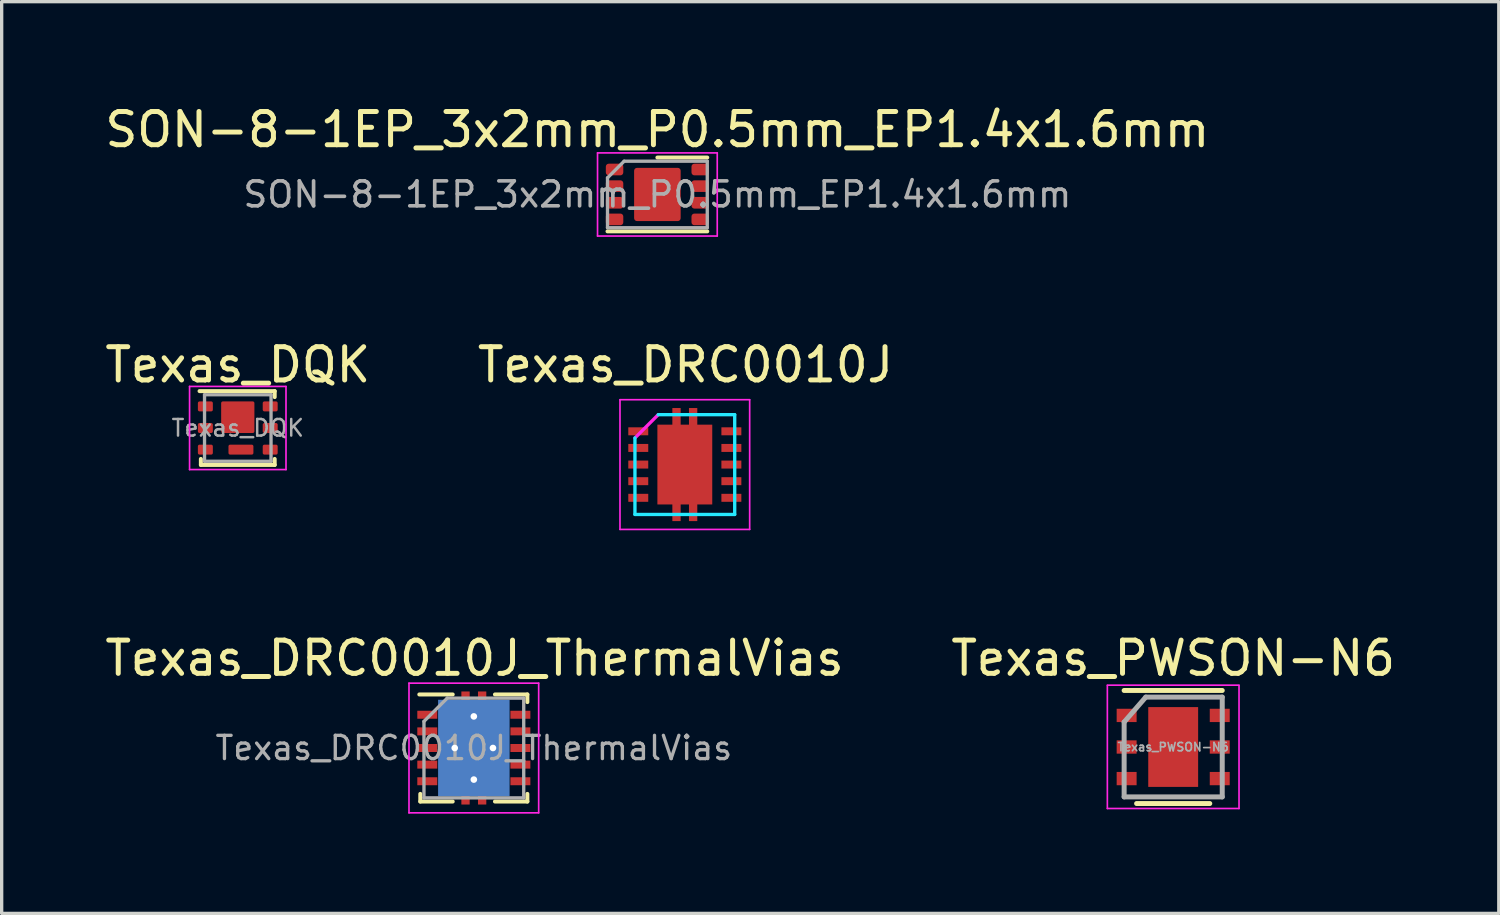
<source format=kicad_pcb>
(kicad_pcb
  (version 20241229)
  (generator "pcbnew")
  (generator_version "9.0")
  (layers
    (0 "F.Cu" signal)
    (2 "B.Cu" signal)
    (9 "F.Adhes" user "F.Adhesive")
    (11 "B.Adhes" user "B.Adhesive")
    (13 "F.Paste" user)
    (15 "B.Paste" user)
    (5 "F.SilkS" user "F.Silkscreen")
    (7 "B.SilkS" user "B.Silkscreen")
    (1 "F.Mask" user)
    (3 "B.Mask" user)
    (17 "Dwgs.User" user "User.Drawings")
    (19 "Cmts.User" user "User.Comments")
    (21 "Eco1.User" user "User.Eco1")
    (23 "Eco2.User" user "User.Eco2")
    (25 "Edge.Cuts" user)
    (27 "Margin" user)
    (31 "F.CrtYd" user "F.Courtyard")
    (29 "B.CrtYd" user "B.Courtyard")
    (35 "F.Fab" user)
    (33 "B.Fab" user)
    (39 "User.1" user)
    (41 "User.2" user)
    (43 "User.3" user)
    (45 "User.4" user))
  (footprint "Texas_DRC0010J_ThermalVias"
    (layer "F.Cu")
    (at 11.2 19.445)
    (property "Reference" "Texas_DRC0010J_ThermalVias" (at 0.02 -2.7 0) (layer "F.SilkS") (effects (font (size 1 1) (thickness 0.15))))
    (attr smd)
    (fp_line (start -1.64 -1.61) (end -0.635 -1.61) (stroke (width 0.12) (type solid)) (layer "F.SilkS"))
    (fp_line (start -1.61 1.38) (end -1.61 1.61) (stroke (width 0.12) (type solid)) (layer "F.SilkS"))
    (fp_line (start -1.61 1.61) (end -0.635 1.61) (stroke (width 0.12) (type solid)) (layer "F.SilkS"))
    (fp_line (start 0.635 -1.61) (end 1.61 -1.61) (stroke (width 0.12) (type solid)) (layer "F.SilkS"))
    (fp_line (start 0.635 1.61) (end 1.61 1.61) (stroke (width 0.12) (type solid)) (layer "F.SilkS"))
    (fp_line (start 1.61 -1.61) (end 1.61 -1.38) (stroke (width 0.12) (type solid)) (layer "F.SilkS"))
    (fp_line (start 1.61 1.38) (end 1.61 1.61) (stroke (width 0.12) (type solid)) (layer "F.SilkS"))
    (fp_line (start -1.95 -1.95) (end -1.95 1.95) (stroke (width 0.05) (type solid)) (layer "F.CrtYd"))
    (fp_line (start -1.95 -1.95) (end 1.95 -1.95) (stroke (width 0.05) (type solid)) (layer "F.CrtYd"))
    (fp_line (start -1.95 1.95) (end 1.95 1.95) (stroke (width 0.05) (type solid)) (layer "F.CrtYd"))
    (fp_line (start 1.95 -1.95) (end 1.95 1.95) (stroke (width 0.05) (type solid)) (layer "F.CrtYd"))
    (fp_line (start -1.5 -0.8) (end -1.5 1.5) (stroke (width 0.1) (type solid)) (layer "F.Fab"))
    (fp_line (start -1.5 -0.8) (end -0.8 -1.5) (stroke (width 0.1) (type solid)) (layer "F.Fab"))
    (fp_line (start -1.5 1.5) (end 1.5 1.5) (stroke (width 0.1) (type solid)) (layer "F.Fab"))
    (fp_line (start -0.8 -1.5) (end 1.5 -1.5) (stroke (width 0.1) (type solid)) (layer "F.Fab"))
    (fp_line (start 1.5 -1.5) (end 1.5 1.5) (stroke (width 0.1) (type solid)) (layer "F.Fab"))
    (fp_text user "${REFERENCE}" (at 0 0 0) (layer "F.Fab") (effects (font (size 0.7 0.7) (thickness 0.1))))
    (pad "" smd roundrect (at -0.25 -1.53) (size 0.25 0.34) (layers "F.Paste") (roundrect_rratio 0.1))
    (pad "" smd roundrect (at -0.25 1.53) (size 0.25 0.34) (layers "F.Paste") (roundrect_rratio 0.1))
    (pad "" smd roundrect (at 0 -0.63) (size 1.5 1.06) (layers "F.Paste") (roundrect_rratio 0.1))
    (pad "" smd roundrect (at 0 0.63) (size 1.5 1.06) (layers "F.Paste") (roundrect_rratio 0.1))
    (pad "" smd roundrect (at 0.25 -1.53) (size 0.25 0.34) (layers "F.Paste") (roundrect_rratio 0.1))
    (pad "" smd roundrect (at 0.25 1.53) (size 0.25 0.34) (layers "F.Paste") (roundrect_rratio 0.1))
    (pad "1" smd rect (at -1.4 -1) (size 0.6 0.24) (layers "F.Cu" "F.Mask" "F.Paste"))
    (pad "2" smd rect (at -1.4 -0.5) (size 0.6 0.24) (layers "F.Cu" "F.Mask" "F.Paste"))
    (pad "3" smd rect (at -1.4 0) (size 0.6 0.24) (layers "F.Cu" "F.Mask" "F.Paste"))
    (pad "4" smd rect (at -1.4 0.5) (size 0.6 0.24) (layers "F.Cu" "F.Mask" "F.Paste"))
    (pad "5" smd rect (at -1.4 1) (size 0.6 0.24) (layers "F.Cu" "F.Mask" "F.Paste"))
    (pad "6" smd rect (at 1.4 1) (size 0.6 0.24) (layers "F.Cu" "F.Mask" "F.Paste"))
    (pad "7" smd rect (at 1.4 0.5) (size 0.6 0.24) (layers "F.Cu" "F.Mask" "F.Paste"))
    (pad "8" smd rect (at 1.4 0) (size 0.6 0.24) (layers "F.Cu" "F.Mask" "F.Paste"))
    (pad "9" smd rect (at 1.4 -0.5) (size 0.6 0.24) (layers "F.Cu" "F.Mask" "F.Paste"))
    (pad "10" smd rect (at 1.4 -1) (size 0.6 0.24) (layers "F.Cu" "F.Mask" "F.Paste"))
    (pad "11" thru_hole circle (at -0.575 0) (size 0.5 0.5) (drill 0.2) (layers "*.Cu"))
    (pad "11" thru_hole circle (at 0 -0.95) (size 0.5 0.5) (drill 0.2) (layers "*.Cu"))
    (pad "11" smd custom (at 0 0) (size 1.65 2.4) (layers "F.Cu" "F.Mask") (options (anchor rect)) (primitives (gr_poly (pts (xy -0.375 -1.1) (xy -0.375 -1.7) (xy -0.125 -1.7) (xy -0.125 -1.1) (xy 0.125 -1.1) (xy 0.125 -1.7) (xy 0.375 -1.7) (xy 0.375 1.7) (xy 0.125 1.7) (xy 0.125 1.1) (xy -0.125 1.1) (xy -0.125 1.7) (xy -0.375 1.7)) (width 0) (fill yes))))
    (pad "11" smd rect (at 0 0) (size 2.15 2.9) (layers "B.Cu"))
    (pad "11" thru_hole circle (at 0 0.95) (size 0.5 0.5) (drill 0.2) (layers "*.Cu"))
    (pad "11" thru_hole circle (at 0.575 0) (size 0.5 0.5) (drill 0.2) (layers "*.Cu")))
  (footprint "SON-8-1EP_3x2mm_P0.5mm_EP1.4x1.6mm"
    (layer "F.Cu")
    (at 16.72 2.798)
    (property "Reference" "SON-8-1EP_3x2mm_P0.5mm_EP1.4x1.6mm" (at 0 -1.95 0) (layer "F.SilkS") (effects (font (size 1 1) (thickness 0.15))))
    (attr smd)
    (fp_line (start -1.5 1.11) (end 1.5 1.11) (stroke (width 0.12) (type solid)) (layer "F.SilkS"))
    (fp_line (start 0 -1.11) (end 1.5 -1.11) (stroke (width 0.12) (type solid)) (layer "F.SilkS"))
    (fp_line (start -1.8 -1.25) (end -1.8 1.25) (stroke (width 0.05) (type solid)) (layer "F.CrtYd"))
    (fp_line (start -1.8 1.25) (end 1.8 1.25) (stroke (width 0.05) (type solid)) (layer "F.CrtYd"))
    (fp_line (start 1.8 -1.25) (end -1.8 -1.25) (stroke (width 0.05) (type solid)) (layer "F.CrtYd"))
    (fp_line (start 1.8 1.25) (end 1.8 -1.25) (stroke (width 0.05) (type solid)) (layer "F.CrtYd"))
    (fp_line (start -1.5 -0.5) (end -1 -1) (stroke (width 0.1) (type solid)) (layer "F.Fab"))
    (fp_line (start -1.5 1) (end -1.5 -0.5) (stroke (width 0.1) (type solid)) (layer "F.Fab"))
    (fp_line (start -1 -1) (end 1.5 -1) (stroke (width 0.1) (type solid)) (layer "F.Fab"))
    (fp_line (start 1.5 -1) (end 1.5 1) (stroke (width 0.1) (type solid)) (layer "F.Fab"))
    (fp_line (start 1.5 1) (end -1.5 1) (stroke (width 0.1) (type solid)) (layer "F.Fab"))
    (fp_text user "${REFERENCE}" (at 0 0 0) (layer "F.Fab") (effects (font (size 0.75 0.75) (thickness 0.11))))
    (pad "" smd roundrect (at -0.35 -0.4) (size 0.56 0.64) (layers "F.Paste") (roundrect_rratio 0.25))
    (pad "" smd roundrect (at -0.35 0.4) (size 0.56 0.64) (layers "F.Paste") (roundrect_rratio 0.25))
    (pad "" smd roundrect (at 0.35 -0.4) (size 0.56 0.64) (layers "F.Paste") (roundrect_rratio 0.25))
    (pad "" smd roundrect (at 0.35 0.4) (size 0.56 0.64) (layers "F.Paste") (roundrect_rratio 0.25))
    (pad "1" smd roundrect (at -1.288 -0.75) (size 0.525 0.35) (layers "F.Cu" "F.Mask" "F.Paste") (roundrect_rratio 0.25))
    (pad "2" smd roundrect (at -1.288 -0.25) (size 0.525 0.35) (layers "F.Cu" "F.Mask" "F.Paste") (roundrect_rratio 0.25))
    (pad "3" smd roundrect (at -1.288 0.25) (size 0.525 0.35) (layers "F.Cu" "F.Mask" "F.Paste") (roundrect_rratio 0.25))
    (pad "4" smd roundrect (at -1.288 0.75) (size 0.525 0.35) (layers "F.Cu" "F.Mask" "F.Paste") (roundrect_rratio 0.25))
    (pad "5" smd roundrect (at 1.288 0.75) (size 0.525 0.35) (layers "F.Cu" "F.Mask" "F.Paste") (roundrect_rratio 0.25))
    (pad "6" smd roundrect (at 1.288 0.25) (size 0.525 0.35) (layers "F.Cu" "F.Mask" "F.Paste") (roundrect_rratio 0.25))
    (pad "7" smd roundrect (at 1.288 -0.25) (size 0.525 0.35) (layers "F.Cu" "F.Mask" "F.Paste") (roundrect_rratio 0.25))
    (pad "8" smd roundrect (at 1.288 -0.75) (size 0.525 0.35) (layers "F.Cu" "F.Mask" "F.Paste") (roundrect_rratio 0.25))
    (pad "9" smd roundrect (at 0 0) (size 1.4 1.6) (layers "F.Cu" "F.Mask") (roundrect_rratio 0.062)))
  (footprint "Texas_PWSON-N6"
    (layer "F.Cu")
    (at 32.232 19.415)
    (property "Reference" "Texas_PWSON-N6" (at 0 -2.67 0) (layer "F.SilkS") (effects (font (size 1 1) (thickness 0.15))))
    (attr smd)
    (fp_line (start 1.1 1.7) (end -1.1 1.7) (stroke (width 0.15) (type solid)) (layer "F.SilkS"))
    (fp_line (start 1.475 -1.7) (end -1.475 -1.7) (stroke (width 0.15) (type solid)) (layer "F.SilkS"))
    (fp_line (start -1.98 -1.86) (end 1.98 -1.86) (stroke (width 0.05) (type solid)) (layer "F.CrtYd"))
    (fp_line (start -1.98 1.85) (end -1.98 -1.85) (stroke (width 0.05) (type solid)) (layer "F.CrtYd"))
    (fp_line (start -1.98 1.85) (end 1.98 1.85) (stroke (width 0.05) (type solid)) (layer "F.CrtYd"))
    (fp_line (start 1.98 1.85) (end 1.98 -1.85) (stroke (width 0.05) (type solid)) (layer "F.CrtYd"))
    (fp_line (start -1.475 -0.75) (end -0.825 -1.5) (stroke (width 0.15) (type solid)) (layer "F.Fab"))
    (fp_line (start -1.475 1.5) (end -1.475 -0.75) (stroke (width 0.15) (type solid)) (layer "F.Fab"))
    (fp_line (start 1.475 -1.5) (end -0.825 -1.5) (stroke (width 0.15) (type solid)) (layer "F.Fab"))
    (fp_line (start 1.475 -1.5) (end 1.475 1.5) (stroke (width 0.15) (type solid)) (layer "F.Fab"))
    (fp_line (start 1.475 1.5) (end -1.475 1.5) (stroke (width 0.15) (type solid)) (layer "F.Fab"))
    (fp_text user "${REFERENCE}" (at 0 0 0) (layer "F.Fab") (effects (font (size 0.25 0.25) (thickness 0.05))))
    (pad "1" smd rect (at -1.4 -0.95) (size 0.6 0.4) (layers "F.Cu" "F.Mask" "F.Paste"))
    (pad "2" smd rect (at -1.4 0) (size 0.6 0.4) (layers "F.Cu" "F.Mask" "F.Paste"))
    (pad "3" smd rect (at -1.4 0.95) (size 0.6 0.4) (layers "F.Cu" "F.Mask" "F.Paste"))
    (pad "4" smd rect (at 1.4 0.95) (size 0.6 0.4) (layers "F.Cu" "F.Mask" "F.Paste"))
    (pad "5" smd rect (at 1.4 0) (size 0.6 0.4) (layers "F.Cu" "F.Mask" "F.Paste"))
    (pad "6" smd rect (at 1.4 -0.95) (size 0.6 0.4) (layers "F.Cu" "F.Mask" "F.Paste"))
    (pad "7" smd rect (at 0 0) (size 1.5 2.4) (layers "F.Cu" "F.Mask" "F.Paste")))
  (footprint "Texas_DQK"
    (layer "F.Cu")
    (at 4.101 9.822)
    (property "Reference" "Texas_DQK" (at 0 -1.9 0) (layer "F.SilkS") (effects (font (size 1 1) (thickness 0.15))))
    (attr smd)
    (fp_line (start -1.15 -1.11) (end 1.11 -1.11) (stroke (width 0.12) (type solid)) (layer "F.SilkS"))
    (fp_line (start -1.11 0.93) (end -1.11 1.11) (stroke (width 0.12) (type solid)) (layer "F.SilkS"))
    (fp_line (start -1.11 1.11) (end 1.11 1.11) (stroke (width 0.12) (type solid)) (layer "F.SilkS"))
    (fp_line (start 1.11 -1.11) (end 1.11 -0.93) (stroke (width 0.12) (type solid)) (layer "F.SilkS"))
    (fp_line (start 1.11 0.93) (end 1.11 1.11) (stroke (width 0.12) (type solid)) (layer "F.SilkS"))
    (fp_line (start -1.45 -1.25) (end -1.45 1.25) (stroke (width 0.05) (type solid)) (layer "F.CrtYd"))
    (fp_line (start -1.45 -1.25) (end 1.45 -1.25) (stroke (width 0.05) (type solid)) (layer "F.CrtYd"))
    (fp_line (start -1.45 1.25) (end 1.45 1.25) (stroke (width 0.05) (type solid)) (layer "F.CrtYd"))
    (fp_line (start 1.45 -1.25) (end 1.45 1.25) (stroke (width 0.05) (type solid)) (layer "F.CrtYd"))
    (fp_line (start -1 -1) (end -1 1) (stroke (width 0.1) (type solid)) (layer "F.Fab"))
    (fp_line (start -1 -1) (end 1 -1) (stroke (width 0.1) (type solid)) (layer "F.Fab"))
    (fp_line (start -1 1) (end 1 1) (stroke (width 0.1) (type solid)) (layer "F.Fab"))
    (fp_line (start 1 -1) (end 1 1) (stroke (width 0.1) (type solid)) (layer "F.Fab"))
    (fp_text user "${REFERENCE}" (at 0 0 0) (layer "F.Fab") (effects (font (size 0.5 0.5) (thickness 0.075))))
    (pad "" smd roundrect (at 0 -0.325) (size 0.9 0.86) (layers "F.Paste") (roundrect_rratio 0.058))
    (pad "" smd roundrect (at 0.095 0.65) (size 0.7 0.29) (layers "F.Paste") (roundrect_rratio 0.172))
    (pad "1" smd roundrect (at -0.975 -0.65) (size 0.45 0.3) (layers "F.Cu" "F.Mask" "F.Paste") (roundrect_rratio 0.167))
    (pad "2" smd roundrect (at -0.975 0) (size 0.45 0.3) (layers "F.Cu" "F.Mask" "F.Paste") (roundrect_rratio 0.167))
    (pad "3" smd roundrect (at -0.975 0.65) (size 0.45 0.3) (layers "F.Cu" "F.Mask" "F.Paste") (roundrect_rratio 0.167))
    (pad "4" smd roundrect (at 0.975 0.65) (size 0.45 0.3) (layers "F.Cu" "F.Mask" "F.Paste") (roundrect_rratio 0.167))
    (pad "5" smd roundrect (at 0.975 0) (size 0.45 0.3) (layers "F.Cu" "F.Mask" "F.Paste") (roundrect_rratio 0.167))
    (pad "6" smd roundrect (at 0.975 -0.65) (size 0.45 0.3) (layers "F.Cu" "F.Mask" "F.Paste") (roundrect_rratio 0.167))
    (pad "7" smd roundrect (at 0.095 0.65) (size 0.75 0.3) (layers "F.Cu" "F.Mask") (roundrect_rratio 0.167))
    (pad "8" smd roundrect (at 0 -0.325) (size 1 0.95) (layers "F.Cu" "F.Mask") (roundrect_rratio 0.053)))
  (footprint "Texas_DRC0010J"
    (layer "F.Cu")
    (at 17.545 10.921)
    (property "Reference" "Texas_DRC0010J" (at 0.02 -3 0) (layer "F.SilkS") (effects (font (size 1 1) (thickness 0.15))))
    (attr through_hole)
    (fp_line (start -1.64 -1.61) (end -0.3 -1.61) (stroke (width 0.12) (type solid)) (layer "B.Paste"))
    (fp_line (start -1.61 1.156) (end -1.61 1.61) (stroke (width 0.12) (type solid)) (layer "B.Paste"))
    (fp_line (start -1.61 1.61) (end -0.478 1.61) (stroke (width 0.12) (type solid)) (layer "B.Paste"))
    (fp_line (start 0.4 -1.61) (end 1.61 -1.61) (stroke (width 0.12) (type solid)) (layer "B.Paste"))
    (fp_line (start 0.513 1.61) (end 1.61 1.61) (stroke (width 0.12) (type solid)) (layer "B.Paste"))
    (fp_line (start 1.61 -1.61) (end 1.61 -1) (stroke (width 0.12) (type solid)) (layer "B.Paste"))
    (fp_line (start 1.61 1.168) (end 1.61 1.61) (stroke (width 0.12) (type solid)) (layer "B.Paste"))
    (fp_line (start -1.5 -0.8) (end -1.5 1.5) (stroke (width 0.1) (type solid)) (layer "B.CrtYd"))
    (fp_line (start -1.5 1.5) (end 1.5 1.5) (stroke (width 0.1) (type solid)) (layer "B.CrtYd"))
    (fp_line (start -0.8 -1.5) (end 1.5 -1.5) (stroke (width 0.1) (type solid)) (layer "B.CrtYd"))
    (fp_line (start 1.5 -1.5) (end 1.5 1.5) (stroke (width 0.1) (type solid)) (layer "B.CrtYd"))
    (fp_line (start -1.95 -1.95) (end -1.95 1.95) (stroke (width 0.05) (type solid)) (layer "F.CrtYd"))
    (fp_line (start -1.95 -1.95) (end 1.95 -1.95) (stroke (width 0.05) (type solid)) (layer "F.CrtYd"))
    (fp_line (start -1.95 1.95) (end 1.95 1.95) (stroke (width 0.05) (type solid)) (layer "F.CrtYd"))
    (fp_line (start -1.5 -0.8) (end -0.8 -1.5) (stroke (width 0.1) (type solid)) (layer "F.CrtYd"))
    (fp_line (start 1.95 -1.95) (end 1.95 1.95) (stroke (width 0.05) (type solid)) (layer "F.CrtYd"))
    (pad "" smd roundrect (at -0.25 -1.53) (size 0.25 0.34) (layers "F.Paste") (roundrect_rratio 0.1))
    (pad "" smd roundrect (at -0.25 1.53) (size 0.25 0.34) (layers "F.Paste") (roundrect_rratio 0.1))
    (pad "" smd roundrect (at 0 -0.63) (size 1.5 1.06) (layers "F.Paste") (roundrect_rratio 0.1))
    (pad "" smd roundrect (at 0 0.63) (size 1.5 1.06) (layers "F.Paste") (roundrect_rratio 0.1))
    (pad "" smd roundrect (at 0.25 -1.53) (size 0.25 0.34) (layers "F.Paste") (roundrect_rratio 0.1))
    (pad "" smd roundrect (at 0.25 1.53) (size 0.25 0.34) (layers "F.Paste") (roundrect_rratio 0.1))
    (pad "1" smd rect (at -1.4 -1) (size 0.6 0.24) (layers "F.Cu" "F.Mask" "F.Paste"))
    (pad "2" smd rect (at -1.4 -0.5) (size 0.6 0.24) (layers "F.Cu" "F.Mask" "F.Paste"))
    (pad "3" smd rect (at -1.4 0) (size 0.6 0.24) (layers "F.Cu" "F.Mask" "F.Paste"))
    (pad "4" smd rect (at -1.4 0.5) (size 0.6 0.24) (layers "F.Cu" "F.Mask" "F.Paste"))
    (pad "5" smd rect (at -1.4 1) (size 0.6 0.24) (layers "F.Cu" "F.Mask" "F.Paste"))
    (pad "6" smd rect (at 1.4 1) (size 0.6 0.24) (layers "F.Cu" "F.Mask" "F.Paste"))
    (pad "7" smd rect (at 1.4 0.5) (size 0.6 0.24) (layers "F.Cu" "F.Mask" "F.Paste"))
    (pad "8" smd rect (at 1.4 0) (size 0.6 0.24) (layers "F.Cu" "F.Mask" "F.Paste"))
    (pad "9" smd rect (at 1.4 -0.5) (size 0.6 0.24) (layers "F.Cu" "F.Mask" "F.Paste"))
    (pad "10" smd rect (at 1.4 -1) (size 0.6 0.24) (layers "F.Cu" "F.Mask" "F.Paste"))
    (pad "11" smd custom (at 0 0) (size 1.65 2.4) (layers "F.Cu" "F.Mask") (options (anchor rect)) (primitives (gr_poly (pts (xy -0.375 -1.1) (xy -0.375 -1.7) (xy -0.125 -1.7) (xy -0.125 -1.1) (xy 0.125 -1.1) (xy 0.125 -1.7) (xy 0.375 -1.7) (xy 0.375 1.7) (xy 0.125 1.7) (xy 0.125 1.1) (xy -0.125 1.1) (xy -0.125 1.7) (xy -0.375 1.7)) (width 0) (fill yes)))))
  (gr_rect
    (start -3 -3)
    (end 42.024 24.42)
    (stroke (width 0.1) (type default))
    (fill no)
    (layer "Edge.Cuts")))
</source>
